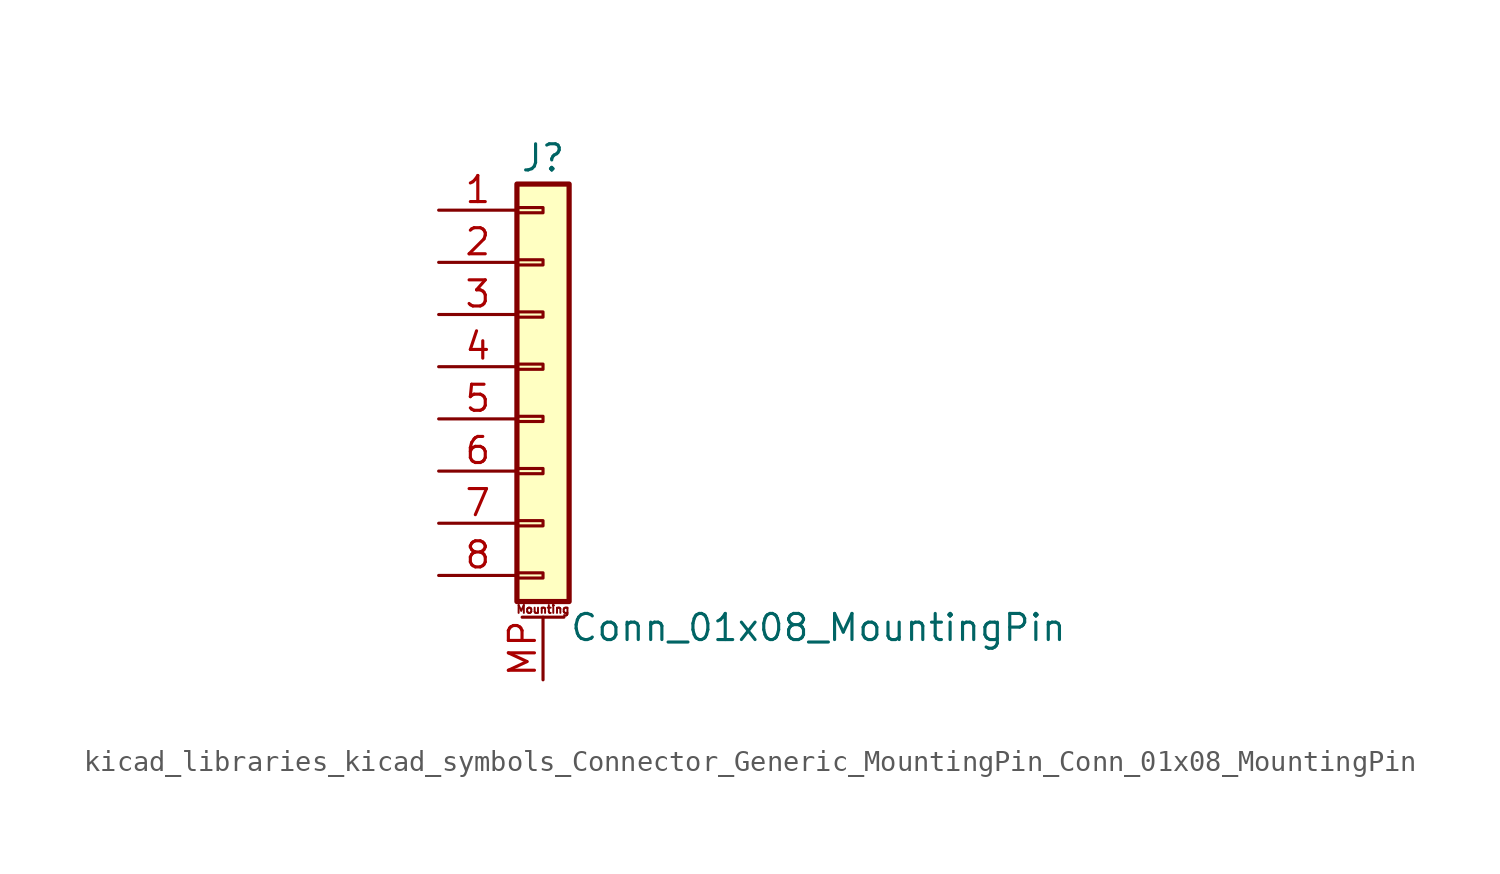
<source format=kicad_sym>
(kicad_symbol_lib
  (version 20220914)
  (generator kicad_symbol_editor)
  (symbol "kicad_libraries_kicad_symbols_Connector_Generic_MountingPin_Conn_01x08_MountingPin"
    (pin_names
      (offset 1.016) hide)
    (property "Reference" "J"
      (at 0 10.16 0)
      (effects (font (size 1.27 1.27))))
    (property "Value" "Conn_01x08_MountingPin"
      (at 1.27 -12.7 0)
      (effects (font (size 1.27 1.27)) (justify left)))
    (symbol "kicad_libraries_kicad_symbols_Connector_Generic_MountingPin_Conn_01x08_MountingPin_1_1"
      (rectangle (start -1.27 -10.033) (end 0 -10.287) (stroke (width 0.152) (type default)) (fill (type none)))
      (rectangle (start -1.27 -7.493) (end 0 -7.747) (stroke (width 0.152) (type default)) (fill (type none)))
      (rectangle (start -1.27 -4.953) (end 0 -5.207) (stroke (width 0.152) (type default)) (fill (type none)))
      (rectangle (start -1.27 -2.413) (end 0 -2.667) (stroke (width 0.152) (type default)) (fill (type none)))
      (rectangle (start -1.27 0.127) (end 0 -0.127) (stroke (width 0.152) (type default)) (fill (type none)))
      (rectangle (start -1.27 2.667) (end 0 2.413) (stroke (width 0.152) (type default)) (fill (type none)))
      (rectangle (start -1.27 5.207) (end 0 4.953) (stroke (width 0.152) (type default)) (fill (type none)))
      (rectangle (start -1.27 7.747) (end 0 7.493) (stroke (width 0.152) (type default)) (fill (type none)))
      (rectangle (start -1.27 8.89) (end 1.27 -11.43) (stroke (width 0.254) (type default)) (fill (type background)))
      (polyline (pts (xy -1.016 -12.192) (xy 1.016 -12.192)) (stroke (width 0.152) (type default)) (fill (type none)))
      (text "Mounting" (at 0 -11.811 0) (effects (font (size 0.381 0.381))))
      (pin passive line (at -5.08 7.62 0) (length 3.81) (name "Pin_1" (effects (font (size 1.27 1.27)))) (number "1" (effects (font (size 1.27 1.27)))))
      (pin passive line (at -5.08 5.08 0) (length 3.81) (name "Pin_2" (effects (font (size 1.27 1.27)))) (number "2" (effects (font (size 1.27 1.27)))))
      (pin passive line (at -5.08 2.54 0) (length 3.81) (name "Pin_3" (effects (font (size 1.27 1.27)))) (number "3" (effects (font (size 1.27 1.27)))))
      (pin passive line (at -5.08 0 0) (length 3.81) (name "Pin_4" (effects (font (size 1.27 1.27)))) (number "4" (effects (font (size 1.27 1.27)))))
      (pin passive line (at -5.08 -2.54 0) (length 3.81) (name "Pin_5" (effects (font (size 1.27 1.27)))) (number "5" (effects (font (size 1.27 1.27)))))
      (pin passive line (at -5.08 -5.08 0) (length 3.81) (name "Pin_6" (effects (font (size 1.27 1.27)))) (number "6" (effects (font (size 1.27 1.27)))))
      (pin passive line (at -5.08 -7.62 0) (length 3.81) (name "Pin_7" (effects (font (size 1.27 1.27)))) (number "7" (effects (font (size 1.27 1.27)))))
      (pin passive line (at -5.08 -10.16 0) (length 3.81) (name "Pin_8" (effects (font (size 1.27 1.27)))) (number "8" (effects (font (size 1.27 1.27)))))
      (pin passive line (at 0 -15.24 90) (length 3.048) (name "MountPin" (effects (font (size 1.27 1.27)))) (number "MP" (effects (font (size 1.27 1.27))))))))
</source>
